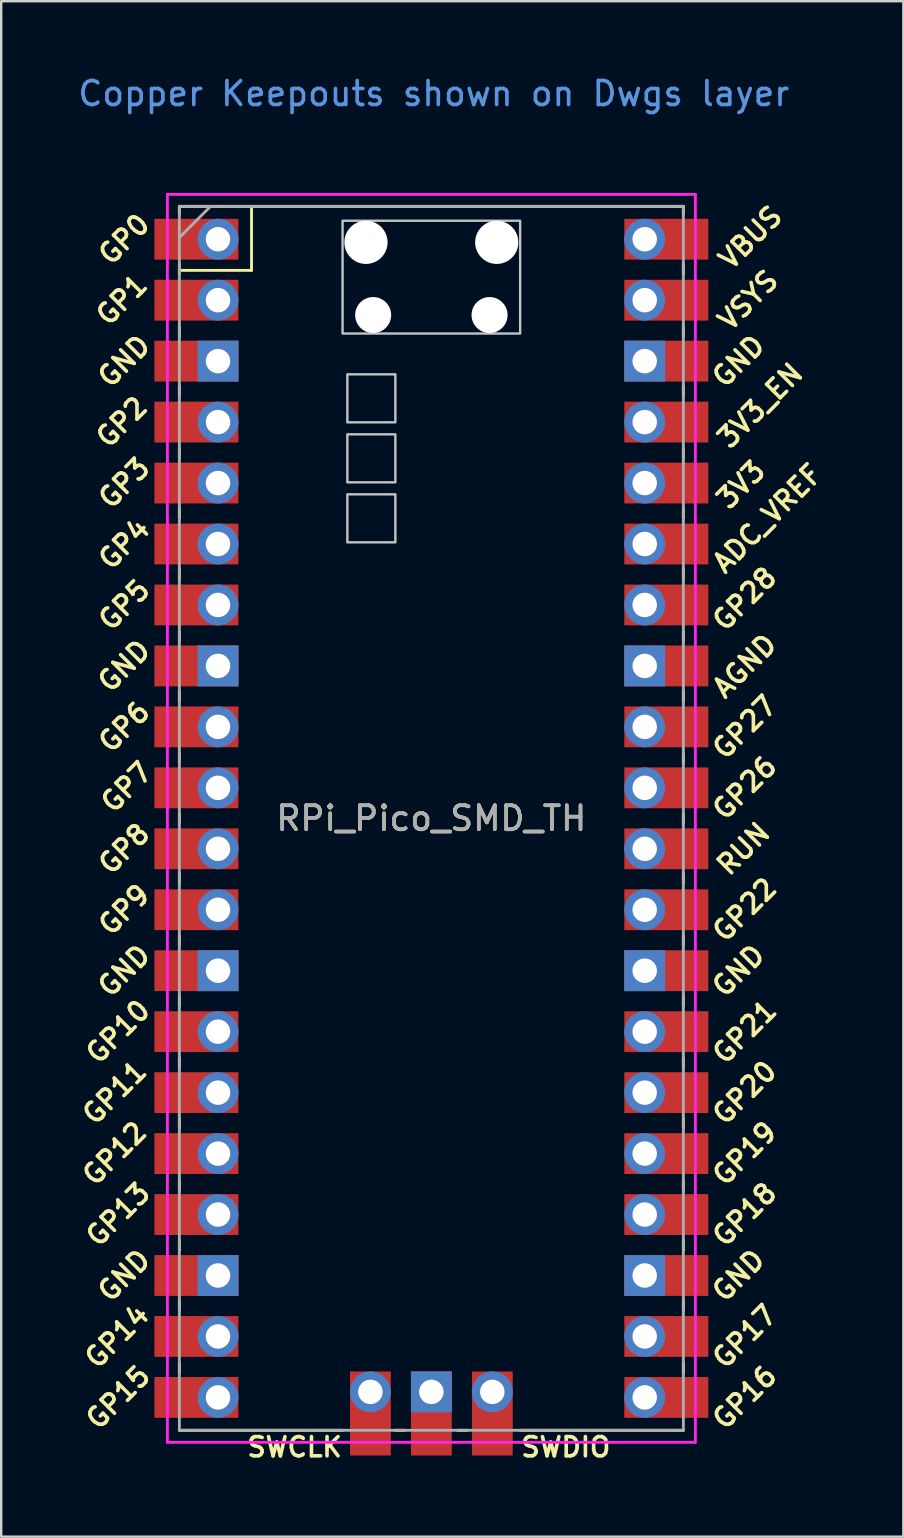
<source format=kicad_pcb>
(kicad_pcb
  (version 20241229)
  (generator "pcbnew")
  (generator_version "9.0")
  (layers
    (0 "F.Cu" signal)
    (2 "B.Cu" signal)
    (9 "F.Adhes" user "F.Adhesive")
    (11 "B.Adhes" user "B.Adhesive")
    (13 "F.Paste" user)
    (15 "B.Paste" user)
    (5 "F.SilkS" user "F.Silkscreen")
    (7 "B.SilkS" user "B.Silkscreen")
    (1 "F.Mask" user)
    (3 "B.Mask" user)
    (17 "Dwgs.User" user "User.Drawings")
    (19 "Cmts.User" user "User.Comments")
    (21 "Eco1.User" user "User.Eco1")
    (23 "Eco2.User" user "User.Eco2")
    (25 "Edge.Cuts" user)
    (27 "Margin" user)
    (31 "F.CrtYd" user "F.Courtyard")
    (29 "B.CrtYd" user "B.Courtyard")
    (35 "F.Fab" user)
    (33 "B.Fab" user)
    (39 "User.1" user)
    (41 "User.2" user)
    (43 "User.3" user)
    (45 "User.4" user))
  (footprint "RPi_Pico_SMD_TH"
    (layer "F.Cu")
    (at 14.924 31.048)
    (property "Reference" "RPi_Pico_SMD_TH" (at 0 0 0) (layer "F.SilkS") (effects (font (size 1 1) (thickness 0.15))))
    (attr through_hole)
    (fp_line (start -10.5 -25.5) (end -10.5 -25.2) (stroke (width 0.12) (type solid)) (layer "F.SilkS"))
    (fp_line (start -10.5 -25.5) (end 10.5 -25.5) (stroke (width 0.12) (type solid)) (layer "F.SilkS"))
    (fp_line (start -10.5 -23.1) (end -10.5 -22.7) (stroke (width 0.12) (type solid)) (layer "F.SilkS"))
    (fp_line (start -10.5 -22.833) (end -7.493 -22.833) (stroke (width 0.12) (type solid)) (layer "F.SilkS"))
    (fp_line (start -10.5 -20.5) (end -10.5 -20.1) (stroke (width 0.12) (type solid)) (layer "F.SilkS"))
    (fp_line (start -10.5 -18) (end -10.5 -17.6) (stroke (width 0.12) (type solid)) (layer "F.SilkS"))
    (fp_line (start -10.5 -15.4) (end -10.5 -15) (stroke (width 0.12) (type solid)) (layer "F.SilkS"))
    (fp_line (start -10.5 -12.9) (end -10.5 -12.5) (stroke (width 0.12) (type solid)) (layer "F.SilkS"))
    (fp_line (start -10.5 -10.4) (end -10.5 -10) (stroke (width 0.12) (type solid)) (layer "F.SilkS"))
    (fp_line (start -10.5 -7.8) (end -10.5 -7.4) (stroke (width 0.12) (type solid)) (layer "F.SilkS"))
    (fp_line (start -10.5 -5.3) (end -10.5 -4.9) (stroke (width 0.12) (type solid)) (layer "F.SilkS"))
    (fp_line (start -10.5 -2.7) (end -10.5 -2.3) (stroke (width 0.12) (type solid)) (layer "F.SilkS"))
    (fp_line (start -10.5 -0.2) (end -10.5 0.2) (stroke (width 0.12) (type solid)) (layer "F.SilkS"))
    (fp_line (start -10.5 2.3) (end -10.5 2.7) (stroke (width 0.12) (type solid)) (layer "F.SilkS"))
    (fp_line (start -10.5 4.9) (end -10.5 5.3) (stroke (width 0.12) (type solid)) (layer "F.SilkS"))
    (fp_line (start -10.5 7.4) (end -10.5 7.8) (stroke (width 0.12) (type solid)) (layer "F.SilkS"))
    (fp_line (start -10.5 10) (end -10.5 10.4) (stroke (width 0.12) (type solid)) (layer "F.SilkS"))
    (fp_line (start -10.5 12.5) (end -10.5 12.9) (stroke (width 0.12) (type solid)) (layer "F.SilkS"))
    (fp_line (start -10.5 15.1) (end -10.5 15.5) (stroke (width 0.12) (type solid)) (layer "F.SilkS"))
    (fp_line (start -10.5 17.6) (end -10.5 18) (stroke (width 0.12) (type solid)) (layer "F.SilkS"))
    (fp_line (start -10.5 20.1) (end -10.5 20.5) (stroke (width 0.12) (type solid)) (layer "F.SilkS"))
    (fp_line (start -10.5 22.7) (end -10.5 23.1) (stroke (width 0.12) (type solid)) (layer "F.SilkS"))
    (fp_line (start -7.493 -22.833) (end -7.493 -25.5) (stroke (width 0.12) (type solid)) (layer "F.SilkS"))
    (fp_line (start -3.7 25.5) (end -10.5 25.5) (stroke (width 0.12) (type solid)) (layer "F.SilkS"))
    (fp_line (start -1.5 25.5) (end -1.1 25.5) (stroke (width 0.12) (type solid)) (layer "F.SilkS"))
    (fp_line (start 1.1 25.5) (end 1.5 25.5) (stroke (width 0.12) (type solid)) (layer "F.SilkS"))
    (fp_line (start 10.5 -25.5) (end 10.5 -25.2) (stroke (width 0.12) (type solid)) (layer "F.SilkS"))
    (fp_line (start 10.5 -23.1) (end 10.5 -22.7) (stroke (width 0.12) (type solid)) (layer "F.SilkS"))
    (fp_line (start 10.5 -20.5) (end 10.5 -20.1) (stroke (width 0.12) (type solid)) (layer "F.SilkS"))
    (fp_line (start 10.5 -18) (end 10.5 -17.6) (stroke (width 0.12) (type solid)) (layer "F.SilkS"))
    (fp_line (start 10.5 -15.4) (end 10.5 -15) (stroke (width 0.12) (type solid)) (layer "F.SilkS"))
    (fp_line (start 10.5 -12.9) (end 10.5 -12.5) (stroke (width 0.12) (type solid)) (layer "F.SilkS"))
    (fp_line (start 10.5 -10.4) (end 10.5 -10) (stroke (width 0.12) (type solid)) (layer "F.SilkS"))
    (fp_line (start 10.5 -7.8) (end 10.5 -7.4) (stroke (width 0.12) (type solid)) (layer "F.SilkS"))
    (fp_line (start 10.5 -5.3) (end 10.5 -4.9) (stroke (width 0.12) (type solid)) (layer "F.SilkS"))
    (fp_line (start 10.5 -2.7) (end 10.5 -2.3) (stroke (width 0.12) (type solid)) (layer "F.SilkS"))
    (fp_line (start 10.5 -0.2) (end 10.5 0.2) (stroke (width 0.12) (type solid)) (layer "F.SilkS"))
    (fp_line (start 10.5 2.3) (end 10.5 2.7) (stroke (width 0.12) (type solid)) (layer "F.SilkS"))
    (fp_line (start 10.5 4.9) (end 10.5 5.3) (stroke (width 0.12) (type solid)) (layer "F.SilkS"))
    (fp_line (start 10.5 7.4) (end 10.5 7.8) (stroke (width 0.12) (type solid)) (layer "F.SilkS"))
    (fp_line (start 10.5 10) (end 10.5 10.4) (stroke (width 0.12) (type solid)) (layer "F.SilkS"))
    (fp_line (start 10.5 12.5) (end 10.5 12.9) (stroke (width 0.12) (type solid)) (layer "F.SilkS"))
    (fp_line (start 10.5 15.1) (end 10.5 15.5) (stroke (width 0.12) (type solid)) (layer "F.SilkS"))
    (fp_line (start 10.5 17.6) (end 10.5 18) (stroke (width 0.12) (type solid)) (layer "F.SilkS"))
    (fp_line (start 10.5 20.1) (end 10.5 20.5) (stroke (width 0.12) (type solid)) (layer "F.SilkS"))
    (fp_line (start 10.5 22.7) (end 10.5 23.1) (stroke (width 0.12) (type solid)) (layer "F.SilkS"))
    (fp_line (start 10.5 25.5) (end 3.7 25.5) (stroke (width 0.12) (type solid)) (layer "F.SilkS"))
    (fp_poly (pts (xy -1.5 -16.5) (xy -3.5 -16.5) (xy -3.5 -18.5) (xy -1.5 -18.5)) (stroke (width 0.1) (type solid)) (fill no) (layer "Dwgs.User"))
    (fp_poly (pts (xy -1.5 -14) (xy -3.5 -14) (xy -3.5 -16) (xy -1.5 -16)) (stroke (width 0.1) (type solid)) (fill no) (layer "Dwgs.User"))
    (fp_poly (pts (xy -1.5 -11.5) (xy -3.5 -11.5) (xy -3.5 -13.5) (xy -1.5 -13.5)) (stroke (width 0.1) (type solid)) (fill no) (layer "Dwgs.User"))
    (fp_poly (pts (xy 3.7 -20.2) (xy -3.7 -20.2) (xy -3.7 -24.9) (xy 3.7 -24.9)) (stroke (width 0.1) (type solid)) (fill no) (layer "Dwgs.User"))
    (fp_line (start -11 -26) (end 11 -26) (stroke (width 0.12) (type solid)) (layer "F.CrtYd"))
    (fp_line (start -11 26) (end -11 -26) (stroke (width 0.12) (type solid)) (layer "F.CrtYd"))
    (fp_line (start 11 -26) (end 11 26) (stroke (width 0.12) (type solid)) (layer "F.CrtYd"))
    (fp_line (start 11 26) (end -11 26) (stroke (width 0.12) (type solid)) (layer "F.CrtYd"))
    (fp_line (start -10.5 -25.5) (end 10.5 -25.5) (stroke (width 0.12) (type solid)) (layer "F.Fab"))
    (fp_line (start -10.5 -24.2) (end -9.2 -25.5) (stroke (width 0.12) (type solid)) (layer "F.Fab"))
    (fp_line (start -10.5 25.5) (end -10.5 -25.5) (stroke (width 0.12) (type solid)) (layer "F.Fab"))
    (fp_line (start 10.5 -25.5) (end 10.5 25.5) (stroke (width 0.12) (type solid)) (layer "F.Fab"))
    (fp_line (start 10.5 25.5) (end -10.5 25.5) (stroke (width 0.12) (type solid)) (layer "F.Fab"))
    (fp_text user "VSYS" (at 13.2 -21.59 45) (layer "F.SilkS") (effects (font (size 0.8 0.8) (thickness 0.15))))
    (fp_text user "GP16" (at 13.054 24.13 45) (layer "F.SilkS") (effects (font (size 0.8 0.8) (thickness 0.15))))
    (fp_text user "GND" (at 12.8 -19.05 45) (layer "F.SilkS") (effects (font (size 0.8 0.8) (thickness 0.15))))
    (fp_text user "GP5" (at -12.8 -8.89 45) (layer "F.SilkS") (effects (font (size 0.8 0.8) (thickness 0.15))))
    (fp_text user "GP3" (at -12.8 -13.97 45) (layer "F.SilkS") (effects (font (size 0.8 0.8) (thickness 0.15))))
    (fp_text user "GP22" (at 13.054 3.81 45) (layer "F.SilkS") (effects (font (size 0.8 0.8) (thickness 0.15))))
    (fp_text user "GP17" (at 13.054 21.59 45) (layer "F.SilkS") (effects (font (size 0.8 0.8) (thickness 0.15))))
    (fp_text user "GND" (at 12.8 19.05 45) (layer "F.SilkS") (effects (font (size 0.8 0.8) (thickness 0.15))))
    (fp_text user "GP0" (at -12.8 -24.13 45) (layer "F.SilkS") (effects (font (size 0.8 0.8) (thickness 0.15))))
    (fp_text user "GP28" (at 13.054 -9.144 45) (layer "F.SilkS") (effects (font (size 0.8 0.8) (thickness 0.15))))
    (fp_text user "RUN" (at 13 1.27 45) (layer "F.SilkS") (effects (font (size 0.8 0.8) (thickness 0.15))))
    (fp_text user "GP10" (at -13.054 8.89 45) (layer "F.SilkS") (effects (font (size 0.8 0.8) (thickness 0.15))))
    (fp_text user "GP7" (at -12.7 -1.3 45) (layer "F.SilkS") (effects (font (size 0.8 0.8) (thickness 0.15))))
    (fp_text user "GP27" (at 13.054 -3.8 45) (layer "F.SilkS") (effects (font (size 0.8 0.8) (thickness 0.15))))
    (fp_text user "GND" (at -12.8 19.05 45) (layer "F.SilkS") (effects (font (size 0.8 0.8) (thickness 0.15))))
    (fp_text user "GP20" (at 13.054 11.43 45) (layer "F.SilkS") (effects (font (size 0.8 0.8) (thickness 0.15))))
    (fp_text user "AGND" (at 13.054 -6.35 45) (layer "F.SilkS") (effects (font (size 0.8 0.8) (thickness 0.15))))
    (fp_text user "GP6" (at -12.8 -3.81 45) (layer "F.SilkS") (effects (font (size 0.8 0.8) (thickness 0.15))))
    (fp_text user "GP21" (at 13.054 8.9 45) (layer "F.SilkS") (effects (font (size 0.8 0.8) (thickness 0.15))))
    (fp_text user "GP14" (at -13.1 21.59 45) (layer "F.SilkS") (effects (font (size 0.8 0.8) (thickness 0.15))))
    (fp_text user "GND" (at -12.8 6.35 45) (layer "F.SilkS") (effects (font (size 0.8 0.8) (thickness 0.15))))
    (fp_text user "SWDIO" (at 5.6 26.2 0) (layer "F.SilkS") (effects (font (size 0.8 0.8) (thickness 0.15))))
    (fp_text user "GND" (at 12.8 6.35 45) (layer "F.SilkS") (effects (font (size 0.8 0.8) (thickness 0.15))))
    (fp_text user "GP18" (at 13.054 16.51 45) (layer "F.SilkS") (effects (font (size 0.8 0.8) (thickness 0.15))))
    (fp_text user "GND" (at -12.8 -19.05 45) (layer "F.SilkS") (effects (font (size 0.8 0.8) (thickness 0.15))))
    (fp_text user "GP11" (at -13.2 11.43 45) (layer "F.SilkS") (effects (font (size 0.8 0.8) (thickness 0.15))))
    (fp_text user "GP4" (at -12.8 -11.43 45) (layer "F.SilkS") (effects (font (size 0.8 0.8) (thickness 0.15))))
    (fp_text user "GP13" (at -13.054 16.51 45) (layer "F.SilkS") (effects (font (size 0.8 0.8) (thickness 0.15))))
    (fp_text user "GP12" (at -13.2 13.97 45) (layer "F.SilkS") (effects (font (size 0.8 0.8) (thickness 0.15))))
    (fp_text user "3V3_EN" (at 13.7 -17.2 45) (layer "F.SilkS") (effects (font (size 0.8 0.8) (thickness 0.15))))
    (fp_text user "GP9" (at -12.8 3.81 45) (layer "F.SilkS") (effects (font (size 0.8 0.8) (thickness 0.15))))
    (fp_text user "GP8" (at -12.8 1.27 45) (layer "F.SilkS") (effects (font (size 0.8 0.8) (thickness 0.15))))
    (fp_text user "SWCLK" (at -5.7 26.2 0) (layer "F.SilkS") (effects (font (size 0.8 0.8) (thickness 0.15))))
    (fp_text user "GP26" (at 13.054 -1.27 45) (layer "F.SilkS") (effects (font (size 0.8 0.8) (thickness 0.15))))
    (fp_text user "3V3" (at 12.9 -13.9 45) (layer "F.SilkS") (effects (font (size 0.8 0.8) (thickness 0.15))))
    (fp_text user "GND" (at -12.8 -6.35 45) (layer "F.SilkS") (effects (font (size 0.8 0.8) (thickness 0.15))))
    (fp_text user "GP19" (at 13.054 13.97 45) (layer "F.SilkS") (effects (font (size 0.8 0.8) (thickness 0.15))))
    (fp_text user "VBUS" (at 13.3 -24.2 45) (layer "F.SilkS") (effects (font (size 0.8 0.8) (thickness 0.15))))
    (fp_text user "GP2" (at -12.9 -16.51 45) (layer "F.SilkS") (effects (font (size 0.8 0.8) (thickness 0.15))))
    (fp_text user "GP15" (at -13.054 24.13 45) (layer "F.SilkS") (effects (font (size 0.8 0.8) (thickness 0.15))))
    (fp_text user "ADC_VREF" (at 14 -12.5 45) (layer "F.SilkS") (effects (font (size 0.8 0.8) (thickness 0.15))))
    (fp_text user "GP1" (at -12.9 -21.6 45) (layer "F.SilkS") (effects (font (size 0.8 0.8) (thickness 0.15))))
    (fp_text user "Copper Keepouts shown on Dwgs layer" (at 0.1 -30.2 0) (layer "Cmts.User") (effects (font (size 1 1) (thickness 0.15))))
    (fp_text user "${REFERENCE}" (at 0 0 180) (layer "F.Fab") (effects (font (size 1 1) (thickness 0.15))))
    (pad "" np_thru_hole oval (at -2.725 -24) (size 1.8 1.8) (drill 1.8) (layers "*.Cu" "*.Mask"))
    (pad "" np_thru_hole oval (at -2.425 -20.97) (size 1.5 1.5) (drill 1.5) (layers "*.Cu" "*.Mask"))
    (pad "" np_thru_hole oval (at 2.425 -20.97) (size 1.5 1.5) (drill 1.5) (layers "*.Cu" "*.Mask"))
    (pad "" np_thru_hole oval (at 2.725 -24) (size 1.8 1.8) (drill 1.8) (layers "*.Cu" "*.Mask"))
    (pad "1" thru_hole oval (at -8.89 -24.13) (size 1.7 1.7) (drill 1.02) (layers "*.Cu" "*.Mask"))
    (pad "1" smd rect (at -8.89 -24.13) (size 3.5 1.7) (drill (offset -0.9 0)) (layers "F.Cu" "F.Mask"))
    (pad "2" thru_hole oval (at -8.89 -21.59) (size 1.7 1.7) (drill 1.02) (layers "*.Cu" "*.Mask"))
    (pad "2" smd rect (at -8.89 -21.59) (size 3.5 1.7) (drill (offset -0.9 0)) (layers "F.Cu" "F.Mask"))
    (pad "3" thru_hole rect (at -8.89 -19.05) (size 1.7 1.7) (drill 1.02) (layers "*.Cu" "*.Mask"))
    (pad "3" smd rect (at -8.89 -19.05) (size 3.5 1.7) (drill (offset -0.9 0)) (layers "F.Cu" "F.Mask"))
    (pad "4" thru_hole oval (at -8.89 -16.51) (size 1.7 1.7) (drill 1.02) (layers "*.Cu" "*.Mask"))
    (pad "4" smd rect (at -8.89 -16.51) (size 3.5 1.7) (drill (offset -0.9 0)) (layers "F.Cu" "F.Mask"))
    (pad "5" thru_hole oval (at -8.89 -13.97) (size 1.7 1.7) (drill 1.02) (layers "*.Cu" "*.Mask"))
    (pad "5" smd rect (at -8.89 -13.97) (size 3.5 1.7) (drill (offset -0.9 0)) (layers "F.Cu" "F.Mask"))
    (pad "6" thru_hole oval (at -8.89 -11.43) (size 1.7 1.7) (drill 1.02) (layers "*.Cu" "*.Mask"))
    (pad "6" smd rect (at -8.89 -11.43) (size 3.5 1.7) (drill (offset -0.9 0)) (layers "F.Cu" "F.Mask"))
    (pad "7" thru_hole oval (at -8.89 -8.89) (size 1.7 1.7) (drill 1.02) (layers "*.Cu" "*.Mask"))
    (pad "7" smd rect (at -8.89 -8.89) (size 3.5 1.7) (drill (offset -0.9 0)) (layers "F.Cu" "F.Mask"))
    (pad "8" thru_hole rect (at -8.89 -6.35) (size 1.7 1.7) (drill 1.02) (layers "*.Cu" "*.Mask"))
    (pad "8" smd rect (at -8.89 -6.35) (size 3.5 1.7) (drill (offset -0.9 0)) (layers "F.Cu" "F.Mask"))
    (pad "9" thru_hole oval (at -8.89 -3.81) (size 1.7 1.7) (drill 1.02) (layers "*.Cu" "*.Mask"))
    (pad "9" smd rect (at -8.89 -3.81) (size 3.5 1.7) (drill (offset -0.9 0)) (layers "F.Cu" "F.Mask"))
    (pad "10" thru_hole oval (at -8.89 -1.27) (size 1.7 1.7) (drill 1.02) (layers "*.Cu" "*.Mask"))
    (pad "10" smd rect (at -8.89 -1.27) (size 3.5 1.7) (drill (offset -0.9 0)) (layers "F.Cu" "F.Mask"))
    (pad "11" thru_hole oval (at -8.89 1.27) (size 1.7 1.7) (drill 1.02) (layers "*.Cu" "*.Mask"))
    (pad "11" smd rect (at -8.89 1.27) (size 3.5 1.7) (drill (offset -0.9 0)) (layers "F.Cu" "F.Mask"))
    (pad "12" thru_hole oval (at -8.89 3.81) (size 1.7 1.7) (drill 1.02) (layers "*.Cu" "*.Mask"))
    (pad "12" smd rect (at -8.89 3.81) (size 3.5 1.7) (drill (offset -0.9 0)) (layers "F.Cu" "F.Mask"))
    (pad "13" thru_hole rect (at -8.89 6.35) (size 1.7 1.7) (drill 1.02) (layers "*.Cu" "*.Mask"))
    (pad "13" smd rect (at -8.89 6.35) (size 3.5 1.7) (drill (offset -0.9 0)) (layers "F.Cu" "F.Mask"))
    (pad "14" thru_hole oval (at -8.89 8.89) (size 1.7 1.7) (drill 1.02) (layers "*.Cu" "*.Mask"))
    (pad "14" smd rect (at -8.89 8.89) (size 3.5 1.7) (drill (offset -0.9 0)) (layers "F.Cu" "F.Mask"))
    (pad "15" thru_hole oval (at -8.89 11.43) (size 1.7 1.7) (drill 1.02) (layers "*.Cu" "*.Mask"))
    (pad "15" smd rect (at -8.89 11.43) (size 3.5 1.7) (drill (offset -0.9 0)) (layers "F.Cu" "F.Mask"))
    (pad "16" thru_hole oval (at -8.89 13.97) (size 1.7 1.7) (drill 1.02) (layers "*.Cu" "*.Mask"))
    (pad "16" smd rect (at -8.89 13.97) (size 3.5 1.7) (drill (offset -0.9 0)) (layers "F.Cu" "F.Mask"))
    (pad "17" thru_hole oval (at -8.89 16.51) (size 1.7 1.7) (drill 1.02) (layers "*.Cu" "*.Mask"))
    (pad "17" smd rect (at -8.89 16.51) (size 3.5 1.7) (drill (offset -0.9 0)) (layers "F.Cu" "F.Mask"))
    (pad "18" thru_hole rect (at -8.89 19.05) (size 1.7 1.7) (drill 1.02) (layers "*.Cu" "*.Mask"))
    (pad "18" smd rect (at -8.89 19.05) (size 3.5 1.7) (drill (offset -0.9 0)) (layers "F.Cu" "F.Mask"))
    (pad "19" thru_hole oval (at -8.89 21.59) (size 1.7 1.7) (drill 1.02) (layers "*.Cu" "*.Mask"))
    (pad "19" smd rect (at -8.89 21.59) (size 3.5 1.7) (drill (offset -0.9 0)) (layers "F.Cu" "F.Mask"))
    (pad "20" thru_hole oval (at -8.89 24.13) (size 1.7 1.7) (drill 1.02) (layers "*.Cu" "*.Mask"))
    (pad "20" smd rect (at -8.89 24.13) (size 3.5 1.7) (drill (offset -0.9 0)) (layers "F.Cu" "F.Mask"))
    (pad "21" thru_hole oval (at 8.89 24.13) (size 1.7 1.7) (drill 1.02) (layers "*.Cu" "*.Mask"))
    (pad "21" smd rect (at 8.89 24.13) (size 3.5 1.7) (drill (offset 0.9 0)) (layers "F.Cu" "F.Mask"))
    (pad "22" thru_hole oval (at 8.89 21.59) (size 1.7 1.7) (drill 1.02) (layers "*.Cu" "*.Mask"))
    (pad "22" smd rect (at 8.89 21.59) (size 3.5 1.7) (drill (offset 0.9 0)) (layers "F.Cu" "F.Mask"))
    (pad "23" thru_hole rect (at 8.89 19.05) (size 1.7 1.7) (drill 1.02) (layers "*.Cu" "*.Mask"))
    (pad "23" smd rect (at 8.89 19.05) (size 3.5 1.7) (drill (offset 0.9 0)) (layers "F.Cu" "F.Mask"))
    (pad "24" thru_hole oval (at 8.89 16.51) (size 1.7 1.7) (drill 1.02) (layers "*.Cu" "*.Mask"))
    (pad "24" smd rect (at 8.89 16.51) (size 3.5 1.7) (drill (offset 0.9 0)) (layers "F.Cu" "F.Mask"))
    (pad "25" thru_hole oval (at 8.89 13.97) (size 1.7 1.7) (drill 1.02) (layers "*.Cu" "*.Mask"))
    (pad "25" smd rect (at 8.89 13.97) (size 3.5 1.7) (drill (offset 0.9 0)) (layers "F.Cu" "F.Mask"))
    (pad "26" thru_hole oval (at 8.89 11.43) (size 1.7 1.7) (drill 1.02) (layers "*.Cu" "*.Mask"))
    (pad "26" smd rect (at 8.89 11.43) (size 3.5 1.7) (drill (offset 0.9 0)) (layers "F.Cu" "F.Mask"))
    (pad "27" thru_hole oval (at 8.89 8.89) (size 1.7 1.7) (drill 1.02) (layers "*.Cu" "*.Mask"))
    (pad "27" smd rect (at 8.89 8.89) (size 3.5 1.7) (drill (offset 0.9 0)) (layers "F.Cu" "F.Mask"))
    (pad "28" thru_hole rect (at 8.89 6.35) (size 1.7 1.7) (drill 1.02) (layers "*.Cu" "*.Mask"))
    (pad "28" smd rect (at 8.89 6.35) (size 3.5 1.7) (drill (offset 0.9 0)) (layers "F.Cu" "F.Mask"))
    (pad "29" thru_hole oval (at 8.89 3.81) (size 1.7 1.7) (drill 1.02) (layers "*.Cu" "*.Mask"))
    (pad "29" smd rect (at 8.89 3.81) (size 3.5 1.7) (drill (offset 0.9 0)) (layers "F.Cu" "F.Mask"))
    (pad "30" thru_hole oval (at 8.89 1.27) (size 1.7 1.7) (drill 1.02) (layers "*.Cu" "*.Mask"))
    (pad "30" smd rect (at 8.89 1.27) (size 3.5 1.7) (drill (offset 0.9 0)) (layers "F.Cu" "F.Mask"))
    (pad "31" thru_hole oval (at 8.89 -1.27) (size 1.7 1.7) (drill 1.02) (layers "*.Cu" "*.Mask"))
    (pad "31" smd rect (at 8.89 -1.27) (size 3.5 1.7) (drill (offset 0.9 0)) (layers "F.Cu" "F.Mask"))
    (pad "32" thru_hole oval (at 8.89 -3.81) (size 1.7 1.7) (drill 1.02) (layers "*.Cu" "*.Mask"))
    (pad "32" smd rect (at 8.89 -3.81) (size 3.5 1.7) (drill (offset 0.9 0)) (layers "F.Cu" "F.Mask"))
    (pad "33" thru_hole rect (at 8.89 -6.35) (size 1.7 1.7) (drill 1.02) (layers "*.Cu" "*.Mask"))
    (pad "33" smd rect (at 8.89 -6.35) (size 3.5 1.7) (drill (offset 0.9 0)) (layers "F.Cu" "F.Mask"))
    (pad "34" thru_hole oval (at 8.89 -8.89) (size 1.7 1.7) (drill 1.02) (layers "*.Cu" "*.Mask"))
    (pad "34" smd rect (at 8.89 -8.89) (size 3.5 1.7) (drill (offset 0.9 0)) (layers "F.Cu" "F.Mask"))
    (pad "35" thru_hole oval (at 8.89 -11.43) (size 1.7 1.7) (drill 1.02) (layers "*.Cu" "*.Mask"))
    (pad "35" smd rect (at 8.89 -11.43) (size 3.5 1.7) (drill (offset 0.9 0)) (layers "F.Cu" "F.Mask"))
    (pad "36" thru_hole oval (at 8.89 -13.97) (size 1.7 1.7) (drill 1.02) (layers "*.Cu" "*.Mask"))
    (pad "36" smd rect (at 8.89 -13.97) (size 3.5 1.7) (drill (offset 0.9 0)) (layers "F.Cu" "F.Mask"))
    (pad "37" thru_hole oval (at 8.89 -16.51) (size 1.7 1.7) (drill 1.02) (layers "*.Cu" "*.Mask"))
    (pad "37" smd rect (at 8.89 -16.51) (size 3.5 1.7) (drill (offset 0.9 0)) (layers "F.Cu" "F.Mask"))
    (pad "38" thru_hole rect (at 8.89 -19.05) (size 1.7 1.7) (drill 1.02) (layers "*.Cu" "*.Mask"))
    (pad "38" smd rect (at 8.89 -19.05) (size 3.5 1.7) (drill (offset 0.9 0)) (layers "F.Cu" "F.Mask"))
    (pad "39" thru_hole oval (at 8.89 -21.59) (size 1.7 1.7) (drill 1.02) (layers "*.Cu" "*.Mask"))
    (pad "39" smd rect (at 8.89 -21.59) (size 3.5 1.7) (drill (offset 0.9 0)) (layers "F.Cu" "F.Mask"))
    (pad "40" thru_hole oval (at 8.89 -24.13) (size 1.7 1.7) (drill 1.02) (layers "*.Cu" "*.Mask"))
    (pad "40" smd rect (at 8.89 -24.13) (size 3.5 1.7) (drill (offset 0.9 0)) (layers "F.Cu" "F.Mask"))
    (pad "41" thru_hole oval (at -2.54 23.9) (size 1.7 1.7) (drill 1.02) (layers "*.Cu" "*.Mask"))
    (pad "41" smd rect (at -2.54 23.9 90) (size 3.5 1.7) (drill (offset -0.9 0)) (layers "F.Cu" "F.Mask"))
    (pad "42" thru_hole rect (at 0 23.9) (size 1.7 1.7) (drill 1.02) (layers "*.Cu" "*.Mask"))
    (pad "42" smd rect (at 0 23.9 90) (size 3.5 1.7) (drill (offset -0.9 0)) (layers "F.Cu" "F.Mask"))
    (pad "43" thru_hole oval (at 2.54 23.9) (size 1.7 1.7) (drill 1.02) (layers "*.Cu" "*.Mask"))
    (pad "43" smd rect (at 2.54 23.9 90) (size 3.5 1.7) (drill (offset -0.9 0)) (layers "F.Cu" "F.Mask")))
  (gr_rect
    (start -3 -3)
    (end 34.591 60.98)
    (stroke (width 0.1) (type default))
    (fill no)
    (layer "Edge.Cuts")))
</source>
